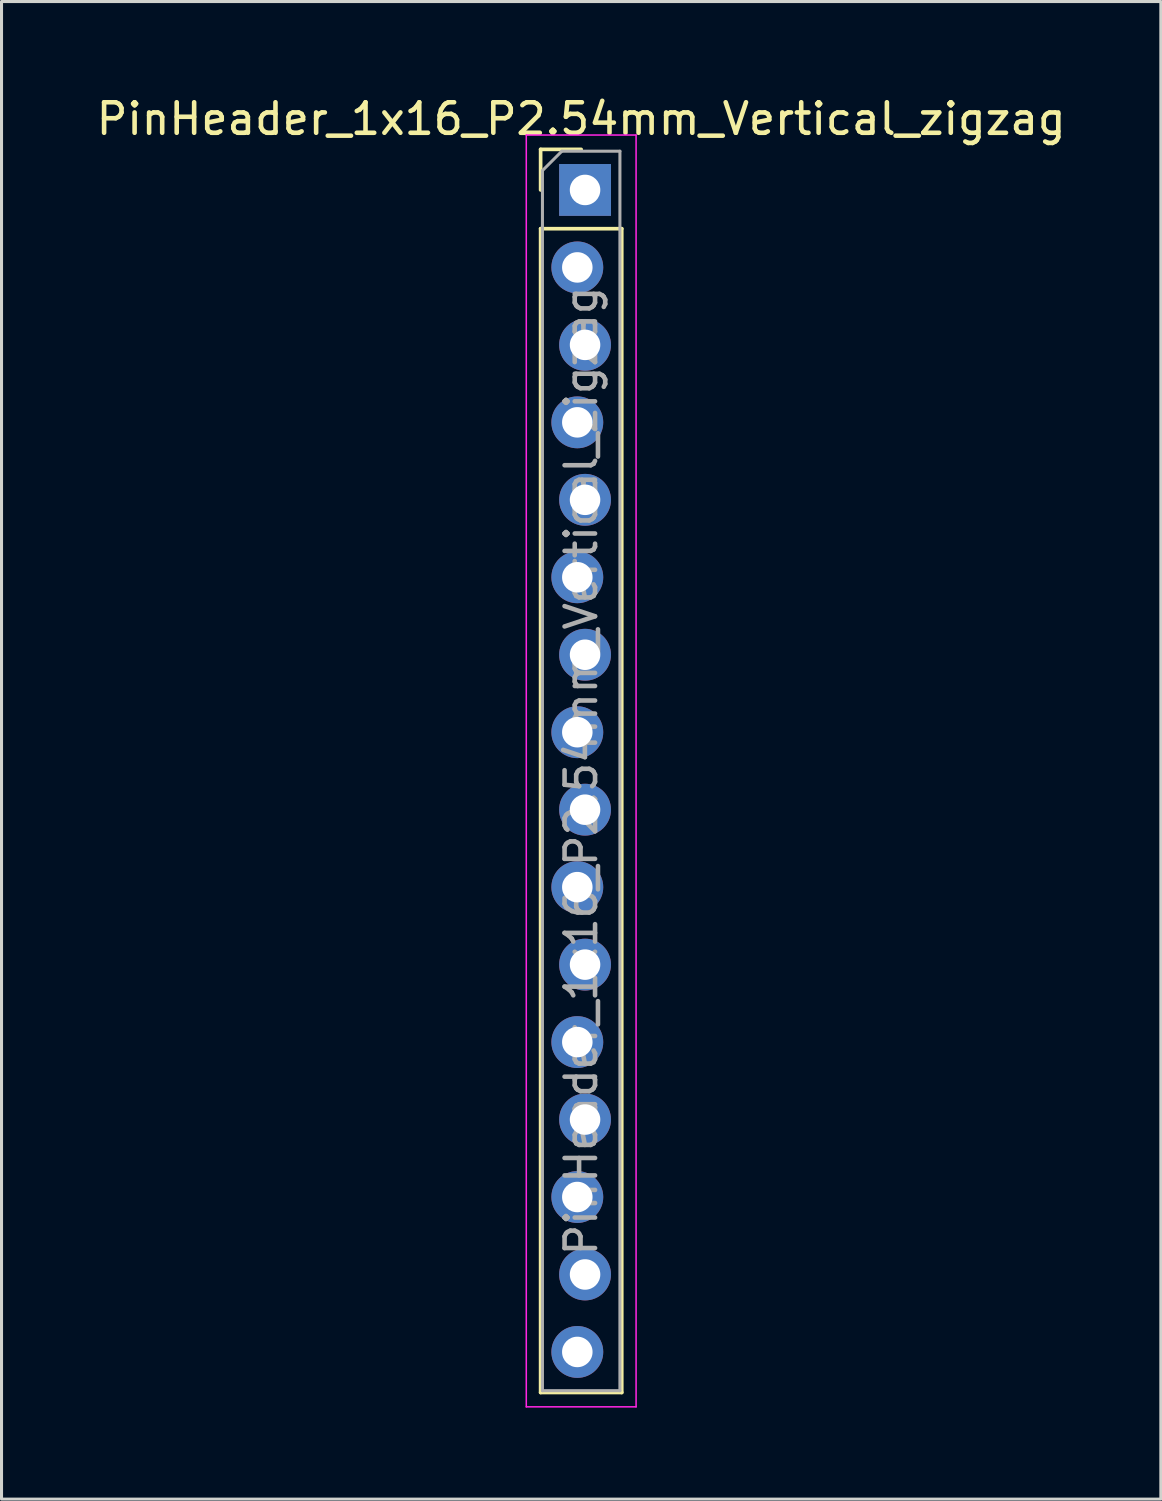
<source format=kicad_pcb>
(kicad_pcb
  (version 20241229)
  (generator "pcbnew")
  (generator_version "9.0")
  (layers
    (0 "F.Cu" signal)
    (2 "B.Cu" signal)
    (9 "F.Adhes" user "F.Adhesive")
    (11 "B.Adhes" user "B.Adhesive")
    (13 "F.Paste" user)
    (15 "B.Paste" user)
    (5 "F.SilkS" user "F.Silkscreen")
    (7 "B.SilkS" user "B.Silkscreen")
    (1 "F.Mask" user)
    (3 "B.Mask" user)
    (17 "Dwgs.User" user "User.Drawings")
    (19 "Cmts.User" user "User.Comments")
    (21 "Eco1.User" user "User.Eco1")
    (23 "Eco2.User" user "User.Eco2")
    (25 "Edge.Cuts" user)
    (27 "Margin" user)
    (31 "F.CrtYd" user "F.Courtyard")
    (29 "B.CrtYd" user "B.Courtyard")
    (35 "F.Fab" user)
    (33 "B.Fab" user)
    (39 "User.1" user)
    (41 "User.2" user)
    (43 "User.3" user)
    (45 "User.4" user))
  (footprint "PinHeader_1x16_P2.54mm_Vertical_zigzag"
    (layer "F.Cu")
    (at 16.006 3.178)
    (property "Reference" "PinHeader_1x16_P2.54mm_Vertical_zigzag" (at 0 -2.33 0) (layer "F.SilkS") (effects (font (size 1 1) (thickness 0.15))))
    (attr through_hole)
    (fp_line (start -1.33 -1.33) (end 0 -1.33) (stroke (width 0.12) (type solid)) (layer "F.SilkS"))
    (fp_line (start -1.33 0) (end -1.33 -1.33) (stroke (width 0.12) (type solid)) (layer "F.SilkS"))
    (fp_line (start -1.33 1.27) (end -1.33 39.43) (stroke (width 0.12) (type solid)) (layer "F.SilkS"))
    (fp_line (start -1.33 1.27) (end 1.33 1.27) (stroke (width 0.12) (type solid)) (layer "F.SilkS"))
    (fp_line (start -1.33 39.43) (end 1.33 39.43) (stroke (width 0.12) (type solid)) (layer "F.SilkS"))
    (fp_line (start 1.33 1.27) (end 1.33 39.43) (stroke (width 0.12) (type solid)) (layer "F.SilkS"))
    (fp_line (start -1.8 -1.8) (end -1.8 39.9) (stroke (width 0.05) (type solid)) (layer "F.CrtYd"))
    (fp_line (start -1.8 39.9) (end 1.8 39.9) (stroke (width 0.05) (type solid)) (layer "F.CrtYd"))
    (fp_line (start 1.8 -1.8) (end -1.8 -1.8) (stroke (width 0.05) (type solid)) (layer "F.CrtYd"))
    (fp_line (start 1.8 39.9) (end 1.8 -1.8) (stroke (width 0.05) (type solid)) (layer "F.CrtYd"))
    (fp_line (start -1.27 -0.635) (end -0.635 -1.27) (stroke (width 0.1) (type solid)) (layer "F.Fab"))
    (fp_line (start -1.27 39.37) (end -1.27 -0.635) (stroke (width 0.1) (type solid)) (layer "F.Fab"))
    (fp_line (start -0.635 -1.27) (end 1.27 -1.27) (stroke (width 0.1) (type solid)) (layer "F.Fab"))
    (fp_line (start 1.27 -1.27) (end 1.27 39.37) (stroke (width 0.1) (type solid)) (layer "F.Fab"))
    (fp_line (start 1.27 39.37) (end -1.27 39.37) (stroke (width 0.1) (type solid)) (layer "F.Fab"))
    (fp_text user "${REFERENCE}" (at 0 19.05 90) (layer "F.Fab") (effects (font (size 1 1) (thickness 0.15))))
    (pad "1" thru_hole rect (at 0.127 0) (size 1.7 1.7) (drill 1) (layers "*.Cu" "*.Mask"))
    (pad "2" thru_hole oval (at -0.127 2.54) (size 1.7 1.7) (drill 1) (layers "*.Cu" "*.Mask"))
    (pad "3" thru_hole oval (at 0.127 5.08) (size 1.7 1.7) (drill 1) (layers "*.Cu" "*.Mask"))
    (pad "4" thru_hole oval (at -0.127 7.62) (size 1.7 1.7) (drill 1) (layers "*.Cu" "*.Mask"))
    (pad "5" thru_hole oval (at 0.127 10.16) (size 1.7 1.7) (drill 1) (layers "*.Cu" "*.Mask"))
    (pad "6" thru_hole oval (at -0.127 12.7) (size 1.7 1.7) (drill 1) (layers "*.Cu" "*.Mask"))
    (pad "7" thru_hole oval (at 0.127 15.24) (size 1.7 1.7) (drill 1) (layers "*.Cu" "*.Mask"))
    (pad "8" thru_hole oval (at -0.127 17.78) (size 1.7 1.7) (drill 1) (layers "*.Cu" "*.Mask"))
    (pad "9" thru_hole oval (at 0.127 20.32) (size 1.7 1.7) (drill 1) (layers "*.Cu" "*.Mask"))
    (pad "10" thru_hole oval (at -0.127 22.86) (size 1.7 1.7) (drill 1) (layers "*.Cu" "*.Mask"))
    (pad "11" thru_hole oval (at 0.127 25.4) (size 1.7 1.7) (drill 1) (layers "*.Cu" "*.Mask"))
    (pad "12" thru_hole oval (at -0.127 27.94) (size 1.7 1.7) (drill 1) (layers "*.Cu" "*.Mask"))
    (pad "13" thru_hole oval (at 0.127 30.48) (size 1.7 1.7) (drill 1) (layers "*.Cu" "*.Mask"))
    (pad "14" thru_hole oval (at -0.127 33.02) (size 1.7 1.7) (drill 1) (layers "*.Cu" "*.Mask"))
    (pad "15" thru_hole oval (at 0.127 35.56) (size 1.7 1.7) (drill 1) (layers "*.Cu" "*.Mask"))
    (pad "16" thru_hole oval (at -0.127 38.1) (size 1.7 1.7) (drill 1) (layers "*.Cu" "*.Mask")))
  (gr_rect
    (start -3 -3)
    (end 35.012 46.103)
    (stroke (width 0.1) (type default))
    (fill no)
    (layer "Edge.Cuts")))
</source>
